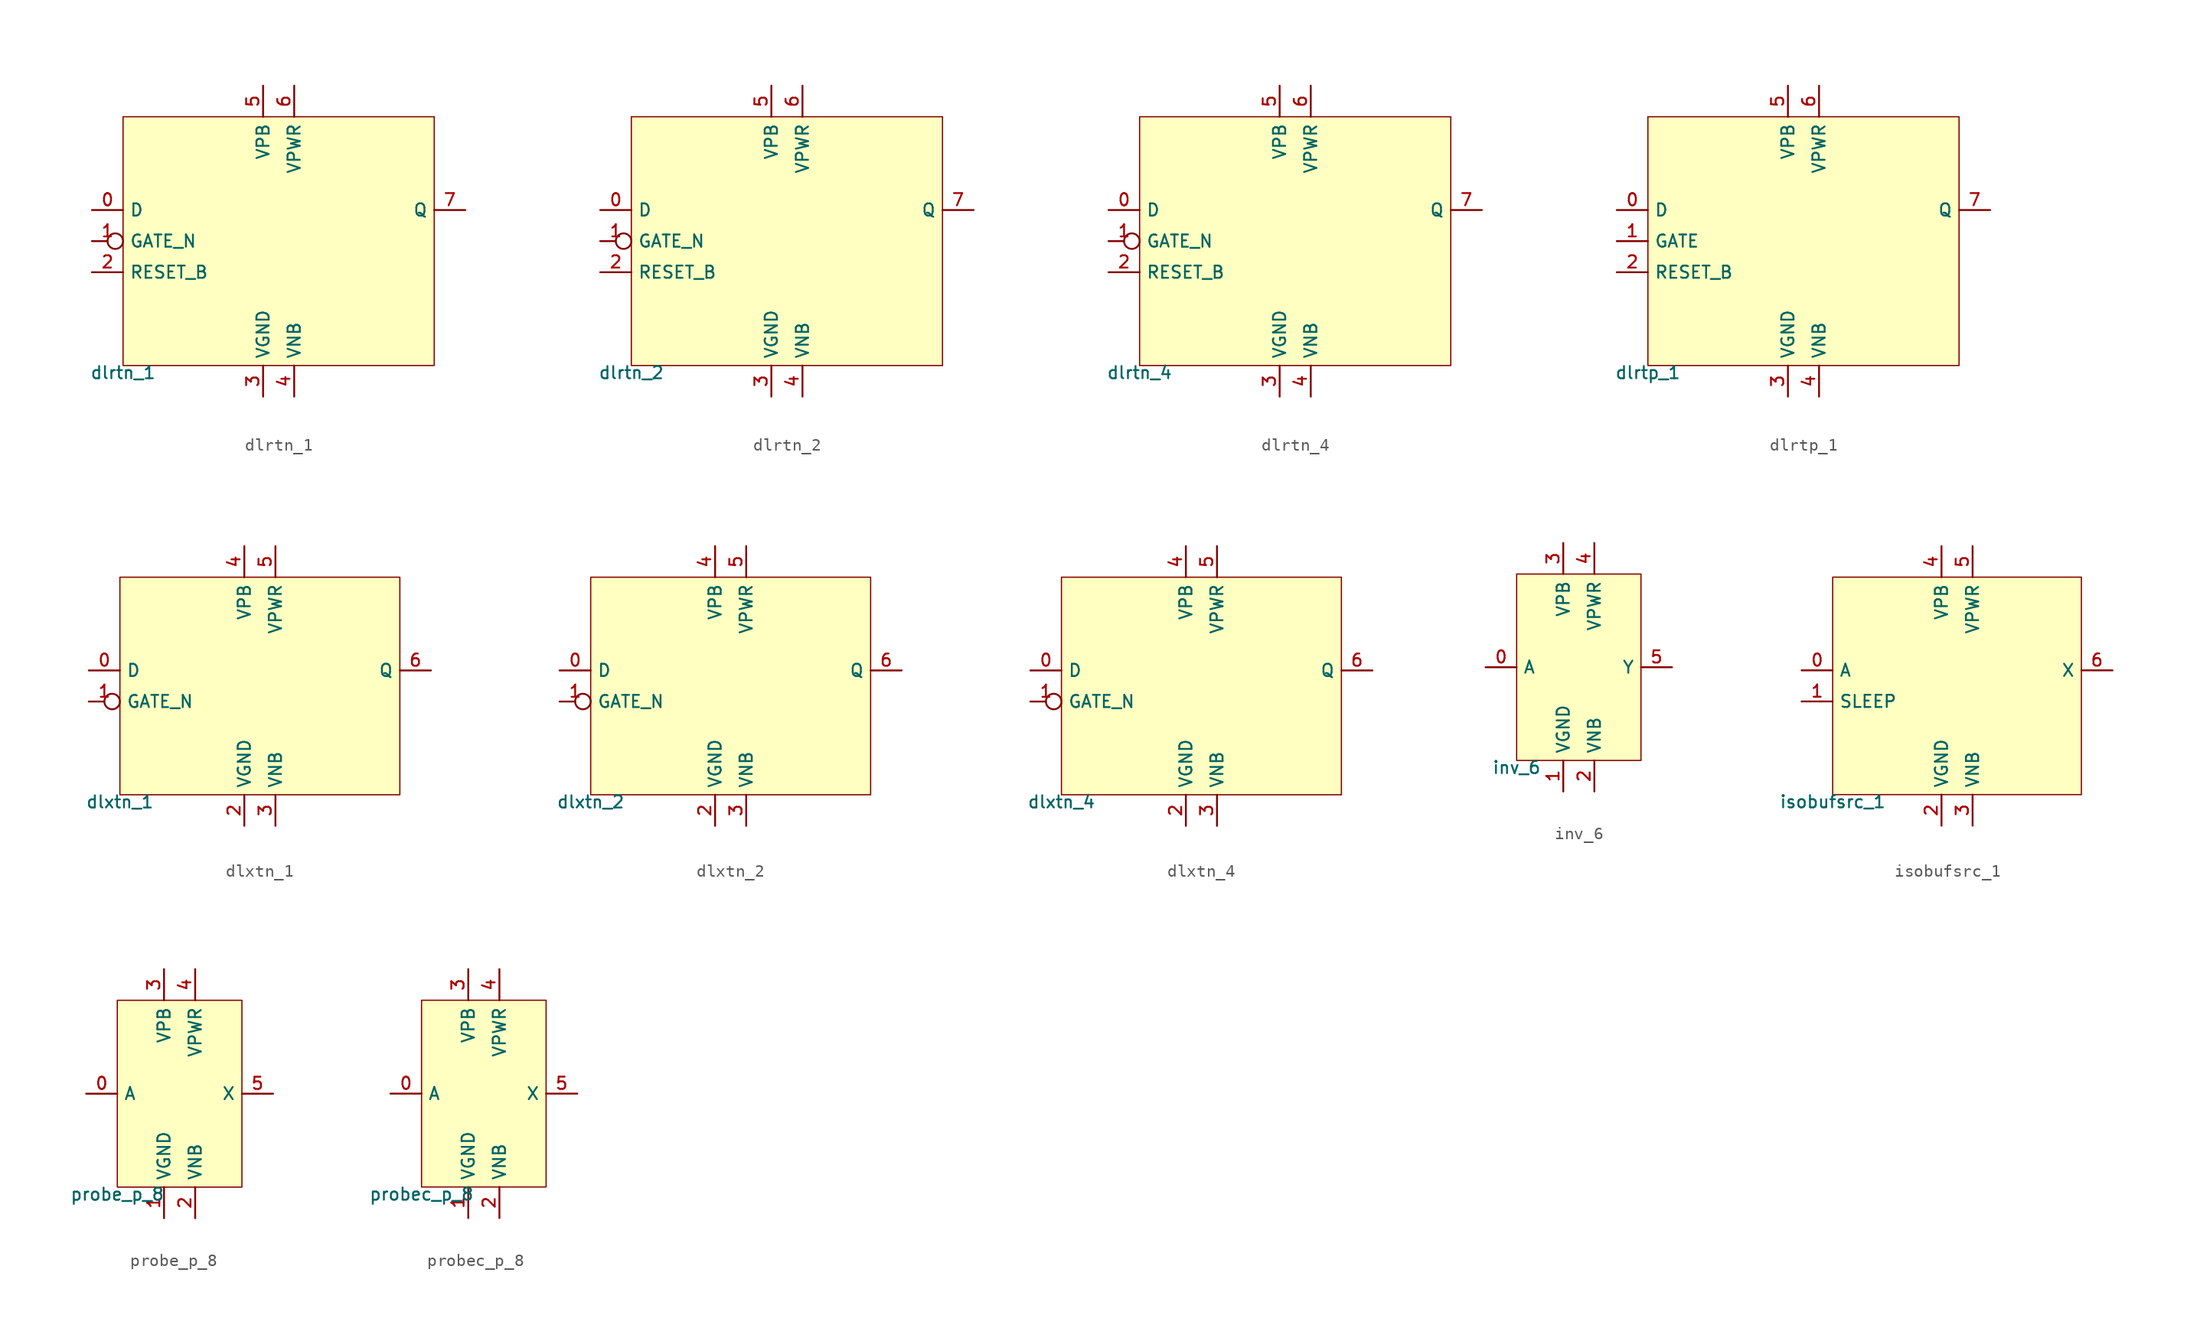
<source format=kicad_sym>
(kicad_symbol_lib
  (version 20211014)
  (generator lef2kicad_sym)
  (symbol "dlrtn_1"
    (property "Reference" "CELL"
      (at 0 0 0)
      (effects (font (size 1 1)) hide))
    (property "Value" "dlrtn_1"
      (at -12.7 -10.16 0)
      (effects (font (size 1 1)) (justify top)))
    (rectangle
      (start -12.7 -10.16)
      (end 12.7 10.16)
      (stroke (width 0.1) (type solid) (color 0 0 0 0))
      (fill (type background)))
    (pin input line
      (at -15.24 2.54 0)
      (length 2.54)
      (name "D" (effects (font (size 1 1)) hide))
      (number "0" (effects (font (size 1 1)) hide)))
    (pin input inverted
      (at -15.24 0.0 0)
      (length 2.54)
      (name "GATE_N" (effects (font (size 1 1)) hide))
      (number "1" (effects (font (size 1 1)) hide)))
    (pin input line
      (at -15.24 -2.54 0)
      (length 2.54)
      (name "RESET_B" (effects (font (size 1 1)) hide))
      (number "2" (effects (font (size 1 1)) hide)))
    (pin power_in line
      (at -1.27 -12.7 90)
      (length 2.54)
      (name "VGND" (effects (font (size 1 1)) hide))
      (number "3" (effects (font (size 1 1)) hide)))
    (pin power_in line
      (at 1.27 -12.7 90)
      (length 2.54)
      (name "VNB" (effects (font (size 1 1)) hide))
      (number "4" (effects (font (size 1 1)) hide)))
    (pin power_in line
      (at -1.27 12.7 270)
      (length 2.54)
      (name "VPB" (effects (font (size 1 1)) hide))
      (number "5" (effects (font (size 1 1)) hide)))
    (pin power_in line
      (at 1.27 12.7 270)
      (length 2.54)
      (name "VPWR" (effects (font (size 1 1)) hide))
      (number "6" (effects (font (size 1 1)) hide)))
    (pin output line
      (at 15.24 2.54 180)
      (length 2.54)
      (name "Q" (effects (font (size 1 1)) hide))
      (number "7" (effects (font (size 1 1)) hide))))
  (symbol "dlrtn_2"
    (property "Reference" "CELL"
      (at 0 0 0)
      (effects (font (size 1 1)) hide))
    (property "Value" "dlrtn_2"
      (at -12.7 -10.16 0)
      (effects (font (size 1 1)) (justify top)))
    (rectangle
      (start -12.7 -10.16)
      (end 12.7 10.16)
      (stroke (width 0.1) (type solid) (color 0 0 0 0))
      (fill (type background)))
    (pin input line
      (at -15.24 2.54 0)
      (length 2.54)
      (name "D" (effects (font (size 1 1)) hide))
      (number "0" (effects (font (size 1 1)) hide)))
    (pin input inverted
      (at -15.24 0.0 0)
      (length 2.54)
      (name "GATE_N" (effects (font (size 1 1)) hide))
      (number "1" (effects (font (size 1 1)) hide)))
    (pin input line
      (at -15.24 -2.54 0)
      (length 2.54)
      (name "RESET_B" (effects (font (size 1 1)) hide))
      (number "2" (effects (font (size 1 1)) hide)))
    (pin power_in line
      (at -1.27 -12.7 90)
      (length 2.54)
      (name "VGND" (effects (font (size 1 1)) hide))
      (number "3" (effects (font (size 1 1)) hide)))
    (pin power_in line
      (at 1.27 -12.7 90)
      (length 2.54)
      (name "VNB" (effects (font (size 1 1)) hide))
      (number "4" (effects (font (size 1 1)) hide)))
    (pin power_in line
      (at -1.27 12.7 270)
      (length 2.54)
      (name "VPB" (effects (font (size 1 1)) hide))
      (number "5" (effects (font (size 1 1)) hide)))
    (pin power_in line
      (at 1.27 12.7 270)
      (length 2.54)
      (name "VPWR" (effects (font (size 1 1)) hide))
      (number "6" (effects (font (size 1 1)) hide)))
    (pin output line
      (at 15.24 2.54 180)
      (length 2.54)
      (name "Q" (effects (font (size 1 1)) hide))
      (number "7" (effects (font (size 1 1)) hide))))
  (symbol "dlrtn_4"
    (property "Reference" "CELL"
      (at 0 0 0)
      (effects (font (size 1 1)) hide))
    (property "Value" "dlrtn_4"
      (at -12.7 -10.16 0)
      (effects (font (size 1 1)) (justify top)))
    (rectangle
      (start -12.7 -10.16)
      (end 12.7 10.16)
      (stroke (width 0.1) (type solid) (color 0 0 0 0))
      (fill (type background)))
    (pin input line
      (at -15.24 2.54 0)
      (length 2.54)
      (name "D" (effects (font (size 1 1)) hide))
      (number "0" (effects (font (size 1 1)) hide)))
    (pin input inverted
      (at -15.24 0.0 0)
      (length 2.54)
      (name "GATE_N" (effects (font (size 1 1)) hide))
      (number "1" (effects (font (size 1 1)) hide)))
    (pin input line
      (at -15.24 -2.54 0)
      (length 2.54)
      (name "RESET_B" (effects (font (size 1 1)) hide))
      (number "2" (effects (font (size 1 1)) hide)))
    (pin power_in line
      (at -1.27 -12.7 90)
      (length 2.54)
      (name "VGND" (effects (font (size 1 1)) hide))
      (number "3" (effects (font (size 1 1)) hide)))
    (pin power_in line
      (at 1.27 -12.7 90)
      (length 2.54)
      (name "VNB" (effects (font (size 1 1)) hide))
      (number "4" (effects (font (size 1 1)) hide)))
    (pin power_in line
      (at -1.27 12.7 270)
      (length 2.54)
      (name "VPB" (effects (font (size 1 1)) hide))
      (number "5" (effects (font (size 1 1)) hide)))
    (pin power_in line
      (at 1.27 12.7 270)
      (length 2.54)
      (name "VPWR" (effects (font (size 1 1)) hide))
      (number "6" (effects (font (size 1 1)) hide)))
    (pin output line
      (at 15.24 2.54 180)
      (length 2.54)
      (name "Q" (effects (font (size 1 1)) hide))
      (number "7" (effects (font (size 1 1)) hide))))
  (symbol "dlrtp_1"
    (property "Reference" "CELL"
      (at 0 0 0)
      (effects (font (size 1 1)) hide))
    (property "Value" "dlrtp_1"
      (at -12.7 -10.16 0)
      (effects (font (size 1 1)) (justify top)))
    (rectangle
      (start -12.7 -10.16)
      (end 12.7 10.16)
      (stroke (width 0.1) (type solid) (color 0 0 0 0))
      (fill (type background)))
    (pin input line
      (at -15.24 2.54 0)
      (length 2.54)
      (name "D" (effects (font (size 1 1)) hide))
      (number "0" (effects (font (size 1 1)) hide)))
    (pin input line
      (at -15.24 0.0 0)
      (length 2.54)
      (name "GATE" (effects (font (size 1 1)) hide))
      (number "1" (effects (font (size 1 1)) hide)))
    (pin input line
      (at -15.24 -2.54 0)
      (length 2.54)
      (name "RESET_B" (effects (font (size 1 1)) hide))
      (number "2" (effects (font (size 1 1)) hide)))
    (pin power_in line
      (at -1.27 -12.7 90)
      (length 2.54)
      (name "VGND" (effects (font (size 1 1)) hide))
      (number "3" (effects (font (size 1 1)) hide)))
    (pin power_in line
      (at 1.27 -12.7 90)
      (length 2.54)
      (name "VNB" (effects (font (size 1 1)) hide))
      (number "4" (effects (font (size 1 1)) hide)))
    (pin power_in line
      (at -1.27 12.7 270)
      (length 2.54)
      (name "VPB" (effects (font (size 1 1)) hide))
      (number "5" (effects (font (size 1 1)) hide)))
    (pin power_in line
      (at 1.27 12.7 270)
      (length 2.54)
      (name "VPWR" (effects (font (size 1 1)) hide))
      (number "6" (effects (font (size 1 1)) hide)))
    (pin output line
      (at 15.24 2.54 180)
      (length 2.54)
      (name "Q" (effects (font (size 1 1)) hide))
      (number "7" (effects (font (size 1 1)) hide))))
  (symbol "dlxtn_1"
    (property "Reference" "CELL"
      (at 0 0 0)
      (effects (font (size 1 1)) hide))
    (property "Value" "dlxtn_1"
      (at -11.43 -8.89 0)
      (effects (font (size 1 1)) (justify top)))
    (rectangle
      (start -11.43 -8.89)
      (end 11.43 8.89)
      (stroke (width 0.1) (type solid) (color 0 0 0 0))
      (fill (type background)))
    (pin input line
      (at -13.97 1.27 0)
      (length 2.54)
      (name "D" (effects (font (size 1 1)) hide))
      (number "0" (effects (font (size 1 1)) hide)))
    (pin input inverted
      (at -13.97 -1.27 0)
      (length 2.54)
      (name "GATE_N" (effects (font (size 1 1)) hide))
      (number "1" (effects (font (size 1 1)) hide)))
    (pin power_in line
      (at -1.27 -11.43 90)
      (length 2.54)
      (name "VGND" (effects (font (size 1 1)) hide))
      (number "2" (effects (font (size 1 1)) hide)))
    (pin power_in line
      (at 1.27 -11.43 90)
      (length 2.54)
      (name "VNB" (effects (font (size 1 1)) hide))
      (number "3" (effects (font (size 1 1)) hide)))
    (pin power_in line
      (at -1.27 11.43 270)
      (length 2.54)
      (name "VPB" (effects (font (size 1 1)) hide))
      (number "4" (effects (font (size 1 1)) hide)))
    (pin power_in line
      (at 1.27 11.43 270)
      (length 2.54)
      (name "VPWR" (effects (font (size 1 1)) hide))
      (number "5" (effects (font (size 1 1)) hide)))
    (pin output line
      (at 13.97 1.27 180)
      (length 2.54)
      (name "Q" (effects (font (size 1 1)) hide))
      (number "6" (effects (font (size 1 1)) hide))))
  (symbol "dlxtn_2"
    (property "Reference" "CELL"
      (at 0 0 0)
      (effects (font (size 1 1)) hide))
    (property "Value" "dlxtn_2"
      (at -11.43 -8.89 0)
      (effects (font (size 1 1)) (justify top)))
    (rectangle
      (start -11.43 -8.89)
      (end 11.43 8.89)
      (stroke (width 0.1) (type solid) (color 0 0 0 0))
      (fill (type background)))
    (pin input line
      (at -13.97 1.27 0)
      (length 2.54)
      (name "D" (effects (font (size 1 1)) hide))
      (number "0" (effects (font (size 1 1)) hide)))
    (pin input inverted
      (at -13.97 -1.27 0)
      (length 2.54)
      (name "GATE_N" (effects (font (size 1 1)) hide))
      (number "1" (effects (font (size 1 1)) hide)))
    (pin power_in line
      (at -1.27 -11.43 90)
      (length 2.54)
      (name "VGND" (effects (font (size 1 1)) hide))
      (number "2" (effects (font (size 1 1)) hide)))
    (pin power_in line
      (at 1.27 -11.43 90)
      (length 2.54)
      (name "VNB" (effects (font (size 1 1)) hide))
      (number "3" (effects (font (size 1 1)) hide)))
    (pin power_in line
      (at -1.27 11.43 270)
      (length 2.54)
      (name "VPB" (effects (font (size 1 1)) hide))
      (number "4" (effects (font (size 1 1)) hide)))
    (pin power_in line
      (at 1.27 11.43 270)
      (length 2.54)
      (name "VPWR" (effects (font (size 1 1)) hide))
      (number "5" (effects (font (size 1 1)) hide)))
    (pin output line
      (at 13.97 1.27 180)
      (length 2.54)
      (name "Q" (effects (font (size 1 1)) hide))
      (number "6" (effects (font (size 1 1)) hide))))
  (symbol "dlxtn_4"
    (property "Reference" "CELL"
      (at 0 0 0)
      (effects (font (size 1 1)) hide))
    (property "Value" "dlxtn_4"
      (at -11.43 -8.89 0)
      (effects (font (size 1 1)) (justify top)))
    (rectangle
      (start -11.43 -8.89)
      (end 11.43 8.89)
      (stroke (width 0.1) (type solid) (color 0 0 0 0))
      (fill (type background)))
    (pin input line
      (at -13.97 1.27 0)
      (length 2.54)
      (name "D" (effects (font (size 1 1)) hide))
      (number "0" (effects (font (size 1 1)) hide)))
    (pin input inverted
      (at -13.97 -1.27 0)
      (length 2.54)
      (name "GATE_N" (effects (font (size 1 1)) hide))
      (number "1" (effects (font (size 1 1)) hide)))
    (pin power_in line
      (at -1.27 -11.43 90)
      (length 2.54)
      (name "VGND" (effects (font (size 1 1)) hide))
      (number "2" (effects (font (size 1 1)) hide)))
    (pin power_in line
      (at 1.27 -11.43 90)
      (length 2.54)
      (name "VNB" (effects (font (size 1 1)) hide))
      (number "3" (effects (font (size 1 1)) hide)))
    (pin power_in line
      (at -1.27 11.43 270)
      (length 2.54)
      (name "VPB" (effects (font (size 1 1)) hide))
      (number "4" (effects (font (size 1 1)) hide)))
    (pin power_in line
      (at 1.27 11.43 270)
      (length 2.54)
      (name "VPWR" (effects (font (size 1 1)) hide))
      (number "5" (effects (font (size 1 1)) hide)))
    (pin output line
      (at 13.97 1.27 180)
      (length 2.54)
      (name "Q" (effects (font (size 1 1)) hide))
      (number "6" (effects (font (size 1 1)) hide))))
  (symbol "inv_6"
    (property "Reference" "CELL"
      (at 0 0 0)
      (effects (font (size 1 1)) hide))
    (property "Value" "inv_6"
      (at -5.08 -7.62 0)
      (effects (font (size 1 1)) (justify top)))
    (rectangle
      (start -5.08 -7.62)
      (end 5.08 7.62)
      (stroke (width 0.1) (type solid) (color 0 0 0 0))
      (fill (type background)))
    (pin input line
      (at -7.62 0.0 0)
      (length 2.54)
      (name "A" (effects (font (size 1 1)) hide))
      (number "0" (effects (font (size 1 1)) hide)))
    (pin power_in line
      (at -1.27 -10.16 90)
      (length 2.54)
      (name "VGND" (effects (font (size 1 1)) hide))
      (number "1" (effects (font (size 1 1)) hide)))
    (pin power_in line
      (at 1.27 -10.16 90)
      (length 2.54)
      (name "VNB" (effects (font (size 1 1)) hide))
      (number "2" (effects (font (size 1 1)) hide)))
    (pin power_in line
      (at -1.27 10.16 270)
      (length 2.54)
      (name "VPB" (effects (font (size 1 1)) hide))
      (number "3" (effects (font (size 1 1)) hide)))
    (pin power_in line
      (at 1.27 10.16 270)
      (length 2.54)
      (name "VPWR" (effects (font (size 1 1)) hide))
      (number "4" (effects (font (size 1 1)) hide)))
    (pin output line
      (at 7.62 0.0 180)
      (length 2.54)
      (name "Y" (effects (font (size 1 1)) hide))
      (number "5" (effects (font (size 1 1)) hide))))
  (symbol "isobufsrc_1"
    (property "Reference" "CELL"
      (at 0 0 0)
      (effects (font (size 1 1)) hide))
    (property "Value" "isobufsrc_1"
      (at -10.16 -8.89 0)
      (effects (font (size 1 1)) (justify top)))
    (rectangle
      (start -10.16 -8.89)
      (end 10.16 8.89)
      (stroke (width 0.1) (type solid) (color 0 0 0 0))
      (fill (type background)))
    (pin input line
      (at -12.7 1.27 0)
      (length 2.54)
      (name "A" (effects (font (size 1 1)) hide))
      (number "0" (effects (font (size 1 1)) hide)))
    (pin input line
      (at -12.7 -1.27 0)
      (length 2.54)
      (name "SLEEP" (effects (font (size 1 1)) hide))
      (number "1" (effects (font (size 1 1)) hide)))
    (pin power_in line
      (at -1.27 -11.43 90)
      (length 2.54)
      (name "VGND" (effects (font (size 1 1)) hide))
      (number "2" (effects (font (size 1 1)) hide)))
    (pin power_in line
      (at 1.27 -11.43 90)
      (length 2.54)
      (name "VNB" (effects (font (size 1 1)) hide))
      (number "3" (effects (font (size 1 1)) hide)))
    (pin power_in line
      (at -1.27 11.43 270)
      (length 2.54)
      (name "VPB" (effects (font (size 1 1)) hide))
      (number "4" (effects (font (size 1 1)) hide)))
    (pin power_in line
      (at 1.27 11.43 270)
      (length 2.54)
      (name "VPWR" (effects (font (size 1 1)) hide))
      (number "5" (effects (font (size 1 1)) hide)))
    (pin output line
      (at 12.7 1.27 180)
      (length 2.54)
      (name "X" (effects (font (size 1 1)) hide))
      (number "6" (effects (font (size 1 1)) hide))))
  (symbol "probe_p_8"
    (property "Reference" "CELL"
      (at 0 0 0)
      (effects (font (size 1 1)) hide))
    (property "Value" "probe_p_8"
      (at -5.08 -7.62 0)
      (effects (font (size 1 1)) (justify top)))
    (rectangle
      (start -5.08 -7.62)
      (end 5.08 7.62)
      (stroke (width 0.1) (type solid) (color 0 0 0 0))
      (fill (type background)))
    (pin input line
      (at -7.62 0.0 0)
      (length 2.54)
      (name "A" (effects (font (size 1 1)) hide))
      (number "0" (effects (font (size 1 1)) hide)))
    (pin power_in line
      (at -1.27 -10.16 90)
      (length 2.54)
      (name "VGND" (effects (font (size 1 1)) hide))
      (number "1" (effects (font (size 1 1)) hide)))
    (pin power_in line
      (at 1.27 -10.16 90)
      (length 2.54)
      (name "VNB" (effects (font (size 1 1)) hide))
      (number "2" (effects (font (size 1 1)) hide)))
    (pin power_in line
      (at -1.27 10.16 270)
      (length 2.54)
      (name "VPB" (effects (font (size 1 1)) hide))
      (number "3" (effects (font (size 1 1)) hide)))
    (pin power_in line
      (at 1.27 10.16 270)
      (length 2.54)
      (name "VPWR" (effects (font (size 1 1)) hide))
      (number "4" (effects (font (size 1 1)) hide)))
    (pin output line
      (at 7.62 0.0 180)
      (length 2.54)
      (name "X" (effects (font (size 1 1)) hide))
      (number "5" (effects (font (size 1 1)) hide))))
  (symbol "probec_p_8"
    (property "Reference" "CELL"
      (at 0 0 0)
      (effects (font (size 1 1)) hide))
    (property "Value" "probec_p_8"
      (at -5.08 -7.62 0)
      (effects (font (size 1 1)) (justify top)))
    (rectangle
      (start -5.08 -7.62)
      (end 5.08 7.62)
      (stroke (width 0.1) (type solid) (color 0 0 0 0))
      (fill (type background)))
    (pin input line
      (at -7.62 0.0 0)
      (length 2.54)
      (name "A" (effects (font (size 1 1)) hide))
      (number "0" (effects (font (size 1 1)) hide)))
    (pin power_in line
      (at -1.27 -10.16 90)
      (length 2.54)
      (name "VGND" (effects (font (size 1 1)) hide))
      (number "1" (effects (font (size 1 1)) hide)))
    (pin power_in line
      (at 1.27 -10.16 90)
      (length 2.54)
      (name "VNB" (effects (font (size 1 1)) hide))
      (number "2" (effects (font (size 1 1)) hide)))
    (pin power_in line
      (at -1.27 10.16 270)
      (length 2.54)
      (name "VPB" (effects (font (size 1 1)) hide))
      (number "3" (effects (font (size 1 1)) hide)))
    (pin power_in line
      (at 1.27 10.16 270)
      (length 2.54)
      (name "VPWR" (effects (font (size 1 1)) hide))
      (number "4" (effects (font (size 1 1)) hide)))
    (pin output line
      (at 7.62 0.0 180)
      (length 2.54)
      (name "X" (effects (font (size 1 1)) hide))
      (number "5" (effects (font (size 1 1)) hide)))))
</source>
